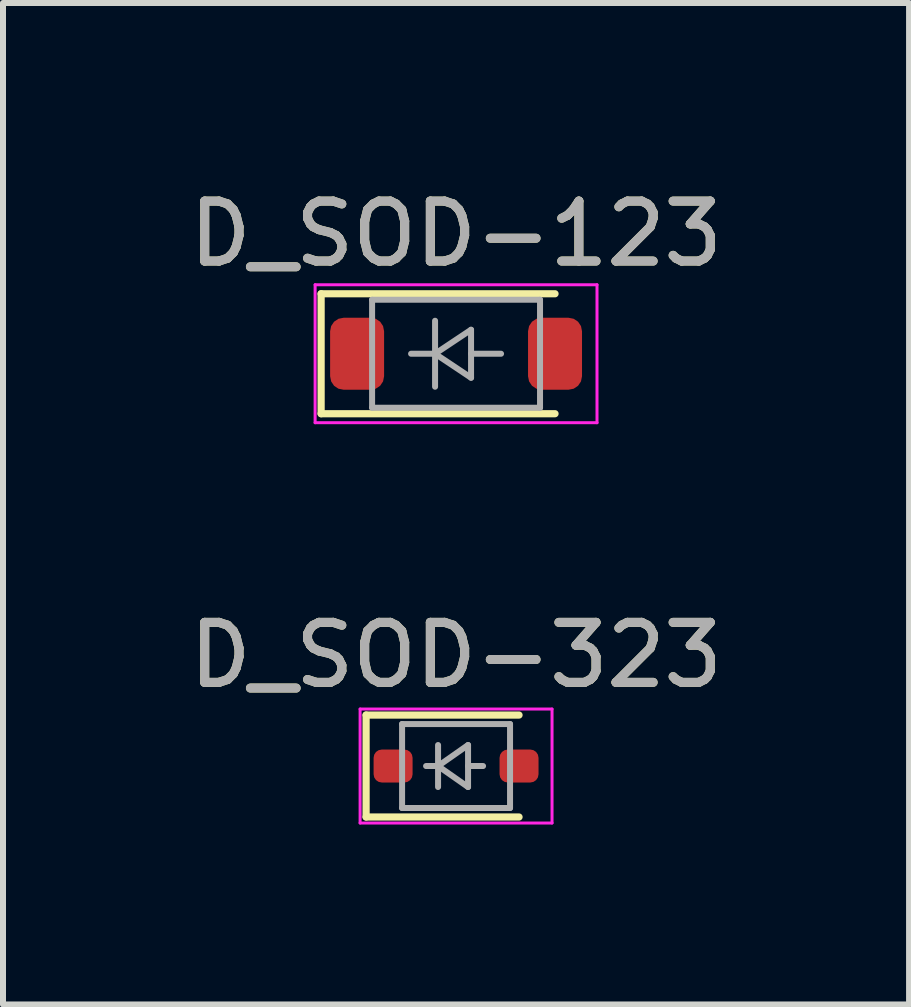
<source format=kicad_pcb>
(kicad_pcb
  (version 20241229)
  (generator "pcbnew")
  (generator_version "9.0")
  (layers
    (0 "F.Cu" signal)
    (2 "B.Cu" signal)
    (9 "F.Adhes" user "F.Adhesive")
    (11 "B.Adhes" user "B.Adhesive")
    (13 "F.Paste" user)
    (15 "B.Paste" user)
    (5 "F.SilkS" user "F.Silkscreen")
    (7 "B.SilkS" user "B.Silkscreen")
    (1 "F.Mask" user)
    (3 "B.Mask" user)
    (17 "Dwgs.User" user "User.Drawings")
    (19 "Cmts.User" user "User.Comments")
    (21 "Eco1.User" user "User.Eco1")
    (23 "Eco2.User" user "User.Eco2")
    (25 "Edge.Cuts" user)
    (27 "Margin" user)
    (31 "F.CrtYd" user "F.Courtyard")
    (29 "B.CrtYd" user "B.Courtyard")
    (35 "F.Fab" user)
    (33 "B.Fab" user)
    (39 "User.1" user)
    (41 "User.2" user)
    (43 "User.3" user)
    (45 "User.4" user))
  (footprint "D_SOD-323"
    (layer "F.Cu")
    (at 4.554 9.722)
    (property "Reference" "D_SOD-323" (at 0 -1.85 0) (layer "F.SilkS") (effects (font (size 1 1) (thickness 0.15))))
    (attr smd)
    (fp_line (start -1.5 -0.85) (end -1.5 0.85) (stroke (width 0.12) (type solid)) (layer "F.SilkS"))
    (fp_line (start -1.5 -0.85) (end 1.05 -0.85) (stroke (width 0.12) (type solid)) (layer "F.SilkS"))
    (fp_line (start -1.5 0.85) (end 1.05 0.85) (stroke (width 0.12) (type solid)) (layer "F.SilkS"))
    (fp_line (start -1.6 -0.95) (end -1.6 0.95) (stroke (width 0.05) (type solid)) (layer "F.CrtYd"))
    (fp_line (start -1.6 -0.95) (end 1.6 -0.95) (stroke (width 0.05) (type solid)) (layer "F.CrtYd"))
    (fp_line (start -1.6 0.95) (end 1.6 0.95) (stroke (width 0.05) (type solid)) (layer "F.CrtYd"))
    (fp_line (start 1.6 -0.95) (end 1.6 0.95) (stroke (width 0.05) (type solid)) (layer "F.CrtYd"))
    (fp_line (start -0.9 -0.7) (end 0.9 -0.7) (stroke (width 0.1) (type solid)) (layer "F.Fab"))
    (fp_line (start -0.9 0.7) (end -0.9 -0.7) (stroke (width 0.1) (type solid)) (layer "F.Fab"))
    (fp_line (start -0.3 -0.35) (end -0.3 0.35) (stroke (width 0.1) (type solid)) (layer "F.Fab"))
    (fp_line (start -0.3 0) (end -0.5 0) (stroke (width 0.1) (type solid)) (layer "F.Fab"))
    (fp_line (start -0.3 0) (end 0.2 -0.35) (stroke (width 0.1) (type solid)) (layer "F.Fab"))
    (fp_line (start 0.2 -0.35) (end 0.2 0.35) (stroke (width 0.1) (type solid)) (layer "F.Fab"))
    (fp_line (start 0.2 0) (end 0.45 0) (stroke (width 0.1) (type solid)) (layer "F.Fab"))
    (fp_line (start 0.2 0.35) (end -0.3 0) (stroke (width 0.1) (type solid)) (layer "F.Fab"))
    (fp_line (start 0.9 -0.7) (end 0.9 0.7) (stroke (width 0.1) (type solid)) (layer "F.Fab"))
    (fp_line (start 0.9 0.7) (end -0.9 0.7) (stroke (width 0.1) (type solid)) (layer "F.Fab"))
    (fp_text user "${REFERENCE}" (at 0 -1.85 0) (layer "F.Fab") (effects (font (size 1 1) (thickness 0.15))))
    (pad "1" smd roundrect (at -1.05 0) (size 0.65 0.55) (layers "F.Cu" "F.Mask" "F.Paste") (roundrect_rratio 0.25))
    (pad "2" smd roundrect (at 1.05 0) (size 0.65 0.55) (layers "F.Cu" "F.Mask" "F.Paste") (roundrect_rratio 0.25)))
  (footprint "D_SOD-123"
    (layer "F.Cu")
    (at 4.554 2.848)
    (property "Reference" "D_SOD-123" (at 0 -2 0) (layer "F.SilkS") (effects (font (size 1 1) (thickness 0.15))))
    (attr smd)
    (fp_line (start -2.25 -1) (end -2.25 1) (stroke (width 0.12) (type solid)) (layer "F.SilkS"))
    (fp_line (start -2.25 -1) (end 1.65 -1) (stroke (width 0.12) (type solid)) (layer "F.SilkS"))
    (fp_line (start -2.25 1) (end 1.65 1) (stroke (width 0.12) (type solid)) (layer "F.SilkS"))
    (fp_line (start -2.35 -1.15) (end -2.35 1.15) (stroke (width 0.05) (type solid)) (layer "F.CrtYd"))
    (fp_line (start -2.35 -1.15) (end 2.35 -1.15) (stroke (width 0.05) (type solid)) (layer "F.CrtYd"))
    (fp_line (start 2.35 -1.15) (end 2.35 1.15) (stroke (width 0.05) (type solid)) (layer "F.CrtYd"))
    (fp_line (start 2.35 1.15) (end -2.35 1.15) (stroke (width 0.05) (type solid)) (layer "F.CrtYd"))
    (fp_line (start -1.4 -0.9) (end 1.4 -0.9) (stroke (width 0.1) (type solid)) (layer "F.Fab"))
    (fp_line (start -1.4 0.9) (end -1.4 -0.9) (stroke (width 0.1) (type solid)) (layer "F.Fab"))
    (fp_line (start -0.75 0) (end -0.35 0) (stroke (width 0.1) (type solid)) (layer "F.Fab"))
    (fp_line (start -0.35 0) (end -0.35 -0.55) (stroke (width 0.1) (type solid)) (layer "F.Fab"))
    (fp_line (start -0.35 0) (end -0.35 0.55) (stroke (width 0.1) (type solid)) (layer "F.Fab"))
    (fp_line (start -0.35 0) (end 0.25 -0.4) (stroke (width 0.1) (type solid)) (layer "F.Fab"))
    (fp_line (start 0.25 -0.4) (end 0.25 0.4) (stroke (width 0.1) (type solid)) (layer "F.Fab"))
    (fp_line (start 0.25 0) (end 0.75 0) (stroke (width 0.1) (type solid)) (layer "F.Fab"))
    (fp_line (start 0.25 0.4) (end -0.35 0) (stroke (width 0.1) (type solid)) (layer "F.Fab"))
    (fp_line (start 1.4 -0.9) (end 1.4 0.9) (stroke (width 0.1) (type solid)) (layer "F.Fab"))
    (fp_line (start 1.4 0.9) (end -1.4 0.9) (stroke (width 0.1) (type solid)) (layer "F.Fab"))
    (fp_text user "${REFERENCE}" (at 0 -2 0) (layer "F.Fab") (effects (font (size 1 1) (thickness 0.15))))
    (pad "1" smd roundrect (at -1.65 0) (size 0.9 1.2) (layers "F.Cu" "F.Mask" "F.Paste") (roundrect_rratio 0.25))
    (pad "2" smd roundrect (at 1.65 0) (size 0.9 1.2) (layers "F.Cu" "F.Mask" "F.Paste") (roundrect_rratio 0.25)))
  (gr_rect
    (start -3 -3)
    (end 12.107 13.697)
    (stroke (width 0.1) (type default))
    (fill no)
    (layer "Edge.Cuts")))
</source>
